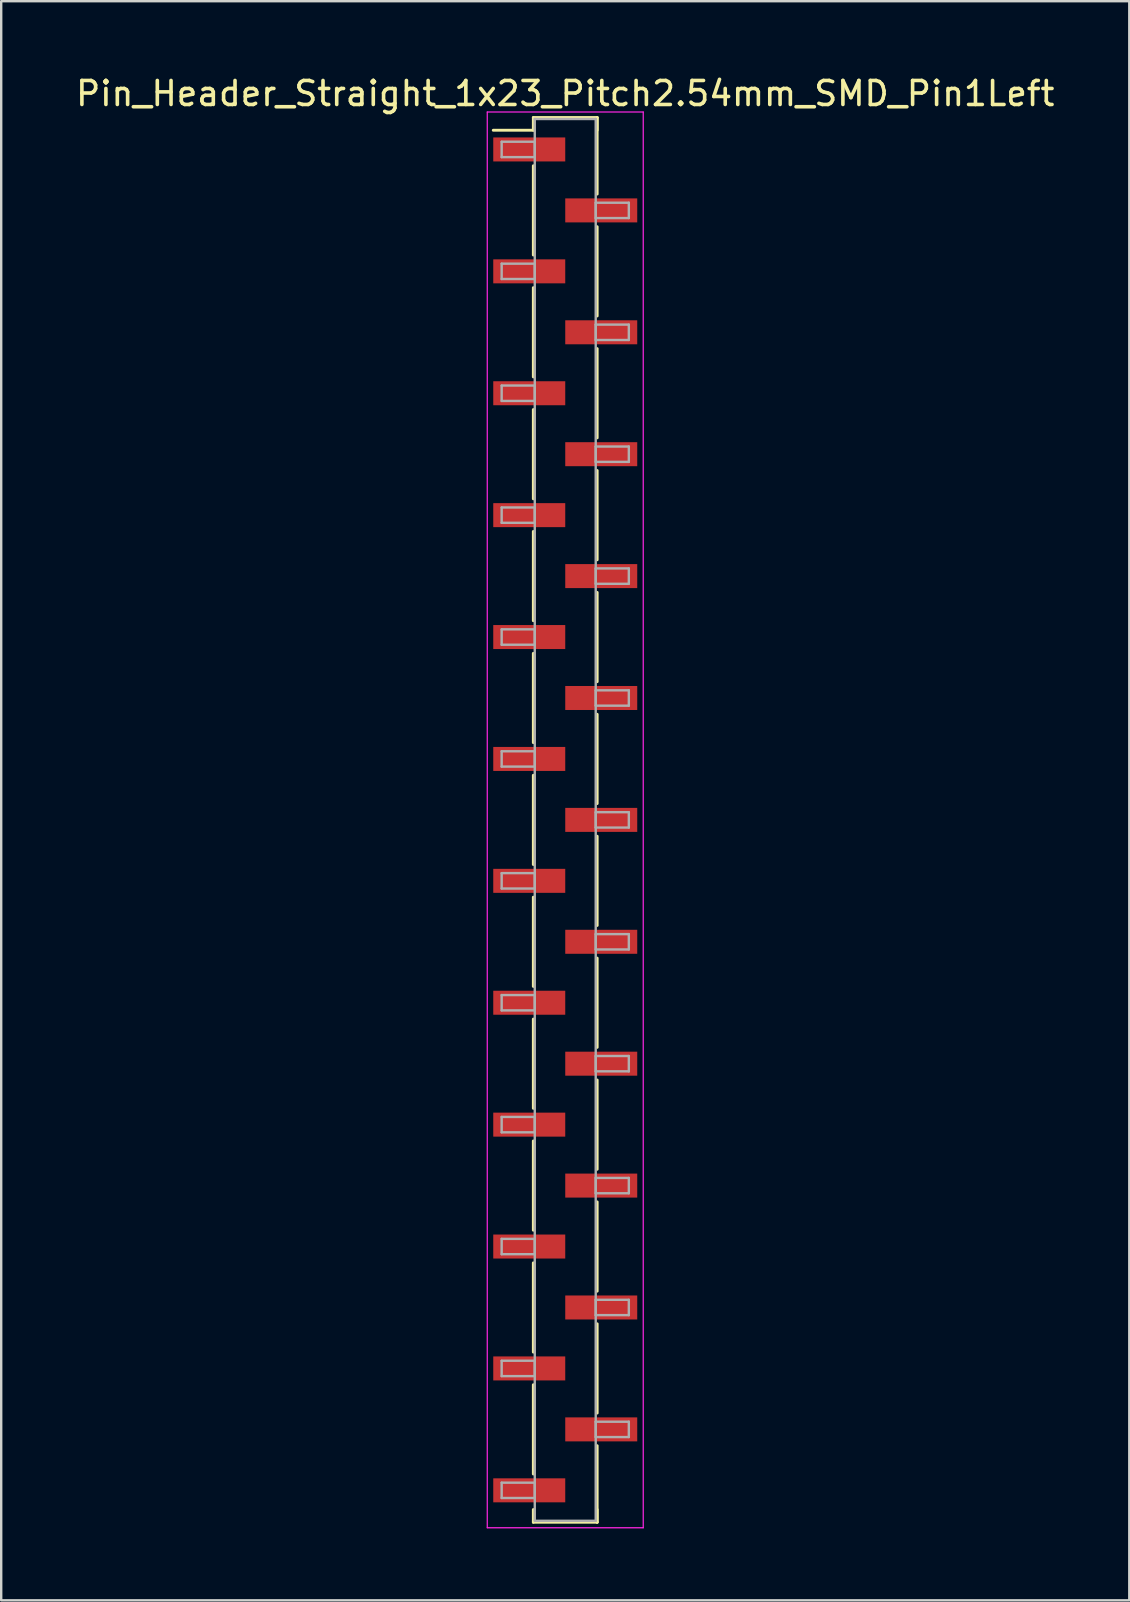
<source format=kicad_pcb>
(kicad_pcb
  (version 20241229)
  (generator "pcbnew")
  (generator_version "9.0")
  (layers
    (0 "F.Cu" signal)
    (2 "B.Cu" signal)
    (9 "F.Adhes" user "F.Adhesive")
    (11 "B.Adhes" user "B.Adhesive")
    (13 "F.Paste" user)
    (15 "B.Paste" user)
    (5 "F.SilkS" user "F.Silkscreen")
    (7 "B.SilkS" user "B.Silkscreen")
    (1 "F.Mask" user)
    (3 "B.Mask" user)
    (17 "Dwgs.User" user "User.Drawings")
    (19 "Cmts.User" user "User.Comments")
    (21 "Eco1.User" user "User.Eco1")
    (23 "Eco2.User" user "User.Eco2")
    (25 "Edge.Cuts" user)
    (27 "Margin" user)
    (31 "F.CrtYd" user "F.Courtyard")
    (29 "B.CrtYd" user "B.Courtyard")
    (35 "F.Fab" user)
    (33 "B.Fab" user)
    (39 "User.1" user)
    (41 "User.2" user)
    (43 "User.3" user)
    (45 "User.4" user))
  (footprint "Pin_Header_Straight_1x23_Pitch2.54mm_SMD_Pin1Left"
    (layer "F.Cu")
    (at 20.506 31.118)
    (property "Reference" "Pin_Header_Straight_1x23_Pitch2.54mm_SMD_Pin1Left" (at 0 -30.27 0) (layer "F.SilkS") (effects (font (size 1 1) (thickness 0.15))))
    (attr smd)
    (fp_line (start -1.33 -29.27) (end 1.33 -29.27) (stroke (width 0.12) (type solid)) (layer "F.SilkS"))
    (fp_line (start -1.33 -28.74) (end -3 -28.74) (stroke (width 0.12) (type solid)) (layer "F.SilkS"))
    (fp_line (start -1.33 -28.74) (end -1.33 -29.27) (stroke (width 0.12) (type solid)) (layer "F.SilkS"))
    (fp_line (start -1.33 -27.26) (end -1.33 -23.54) (stroke (width 0.12) (type solid)) (layer "F.SilkS"))
    (fp_line (start -1.33 -22.18) (end -1.33 -18.46) (stroke (width 0.12) (type solid)) (layer "F.SilkS"))
    (fp_line (start -1.33 -17.1) (end -1.33 -13.38) (stroke (width 0.12) (type solid)) (layer "F.SilkS"))
    (fp_line (start -1.33 -12.02) (end -1.33 -8.3) (stroke (width 0.12) (type solid)) (layer "F.SilkS"))
    (fp_line (start -1.33 -6.94) (end -1.33 -3.22) (stroke (width 0.12) (type solid)) (layer "F.SilkS"))
    (fp_line (start -1.33 -1.86) (end -1.33 1.86) (stroke (width 0.12) (type solid)) (layer "F.SilkS"))
    (fp_line (start -1.33 3.22) (end -1.33 6.94) (stroke (width 0.12) (type solid)) (layer "F.SilkS"))
    (fp_line (start -1.33 8.3) (end -1.33 12.02) (stroke (width 0.12) (type solid)) (layer "F.SilkS"))
    (fp_line (start -1.33 13.38) (end -1.33 17.1) (stroke (width 0.12) (type solid)) (layer "F.SilkS"))
    (fp_line (start -1.33 18.46) (end -1.33 22.18) (stroke (width 0.12) (type solid)) (layer "F.SilkS"))
    (fp_line (start -1.33 23.54) (end -1.33 27.26) (stroke (width 0.12) (type solid)) (layer "F.SilkS"))
    (fp_line (start -1.33 28.74) (end -1.33 29.27) (stroke (width 0.12) (type solid)) (layer "F.SilkS"))
    (fp_line (start -1.33 29.27) (end 1.33 29.27) (stroke (width 0.12) (type solid)) (layer "F.SilkS"))
    (fp_line (start 1.33 -29.27) (end 1.33 -28.74) (stroke (width 0.12) (type solid)) (layer "F.SilkS"))
    (fp_line (start 1.33 -29.27) (end 1.33 -26.08) (stroke (width 0.12) (type solid)) (layer "F.SilkS"))
    (fp_line (start 1.33 -24.72) (end 1.33 -21) (stroke (width 0.12) (type solid)) (layer "F.SilkS"))
    (fp_line (start 1.33 -19.64) (end 1.33 -15.92) (stroke (width 0.12) (type solid)) (layer "F.SilkS"))
    (fp_line (start 1.33 -14.56) (end 1.33 -10.84) (stroke (width 0.12) (type solid)) (layer "F.SilkS"))
    (fp_line (start 1.33 -9.48) (end 1.33 -5.76) (stroke (width 0.12) (type solid)) (layer "F.SilkS"))
    (fp_line (start 1.33 -4.4) (end 1.33 -0.68) (stroke (width 0.12) (type solid)) (layer "F.SilkS"))
    (fp_line (start 1.33 0.68) (end 1.33 4.4) (stroke (width 0.12) (type solid)) (layer "F.SilkS"))
    (fp_line (start 1.33 5.76) (end 1.33 9.48) (stroke (width 0.12) (type solid)) (layer "F.SilkS"))
    (fp_line (start 1.33 10.84) (end 1.33 14.56) (stroke (width 0.12) (type solid)) (layer "F.SilkS"))
    (fp_line (start 1.33 15.92) (end 1.33 19.64) (stroke (width 0.12) (type solid)) (layer "F.SilkS"))
    (fp_line (start 1.33 21) (end 1.33 24.72) (stroke (width 0.12) (type solid)) (layer "F.SilkS"))
    (fp_line (start 1.33 26.08) (end 1.33 29.27) (stroke (width 0.12) (type solid)) (layer "F.SilkS"))
    (fp_line (start 1.33 29.27) (end 1.33 28.74) (stroke (width 0.12) (type solid)) (layer "F.SilkS"))
    (fp_line (start -3.25 -29.5) (end -3.25 29.5) (stroke (width 0.05) (type solid)) (layer "F.CrtYd"))
    (fp_line (start -3.25 29.5) (end 3.25 29.5) (stroke (width 0.05) (type solid)) (layer "F.CrtYd"))
    (fp_line (start 3.25 -29.5) (end -3.25 -29.5) (stroke (width 0.05) (type solid)) (layer "F.CrtYd"))
    (fp_line (start 3.25 29.5) (end 3.25 -29.5) (stroke (width 0.05) (type solid)) (layer "F.CrtYd"))
    (fp_line (start -2.65 -28.26) (end -1.27 -28.26) (stroke (width 0.1) (type solid)) (layer "F.Fab"))
    (fp_line (start -2.65 -27.62) (end -2.65 -28.26) (stroke (width 0.1) (type solid)) (layer "F.Fab"))
    (fp_line (start -2.65 -23.18) (end -1.27 -23.18) (stroke (width 0.1) (type solid)) (layer "F.Fab"))
    (fp_line (start -2.65 -22.54) (end -2.65 -23.18) (stroke (width 0.1) (type solid)) (layer "F.Fab"))
    (fp_line (start -2.65 -18.1) (end -1.27 -18.1) (stroke (width 0.1) (type solid)) (layer "F.Fab"))
    (fp_line (start -2.65 -17.46) (end -2.65 -18.1) (stroke (width 0.1) (type solid)) (layer "F.Fab"))
    (fp_line (start -2.65 -13.02) (end -1.27 -13.02) (stroke (width 0.1) (type solid)) (layer "F.Fab"))
    (fp_line (start -2.65 -12.38) (end -2.65 -13.02) (stroke (width 0.1) (type solid)) (layer "F.Fab"))
    (fp_line (start -2.65 -7.94) (end -1.27 -7.94) (stroke (width 0.1) (type solid)) (layer "F.Fab"))
    (fp_line (start -2.65 -7.3) (end -2.65 -7.94) (stroke (width 0.1) (type solid)) (layer "F.Fab"))
    (fp_line (start -2.65 -2.86) (end -1.27 -2.86) (stroke (width 0.1) (type solid)) (layer "F.Fab"))
    (fp_line (start -2.65 -2.22) (end -2.65 -2.86) (stroke (width 0.1) (type solid)) (layer "F.Fab"))
    (fp_line (start -2.65 2.22) (end -1.27 2.22) (stroke (width 0.1) (type solid)) (layer "F.Fab"))
    (fp_line (start -2.65 2.86) (end -2.65 2.22) (stroke (width 0.1) (type solid)) (layer "F.Fab"))
    (fp_line (start -2.65 7.3) (end -1.27 7.3) (stroke (width 0.1) (type solid)) (layer "F.Fab"))
    (fp_line (start -2.65 7.94) (end -2.65 7.3) (stroke (width 0.1) (type solid)) (layer "F.Fab"))
    (fp_line (start -2.65 12.38) (end -1.27 12.38) (stroke (width 0.1) (type solid)) (layer "F.Fab"))
    (fp_line (start -2.65 13.02) (end -2.65 12.38) (stroke (width 0.1) (type solid)) (layer "F.Fab"))
    (fp_line (start -2.65 17.46) (end -1.27 17.46) (stroke (width 0.1) (type solid)) (layer "F.Fab"))
    (fp_line (start -2.65 18.1) (end -2.65 17.46) (stroke (width 0.1) (type solid)) (layer "F.Fab"))
    (fp_line (start -2.65 22.54) (end -1.27 22.54) (stroke (width 0.1) (type solid)) (layer "F.Fab"))
    (fp_line (start -2.65 23.18) (end -2.65 22.54) (stroke (width 0.1) (type solid)) (layer "F.Fab"))
    (fp_line (start -2.65 27.62) (end -1.27 27.62) (stroke (width 0.1) (type solid)) (layer "F.Fab"))
    (fp_line (start -2.65 28.26) (end -2.65 27.62) (stroke (width 0.1) (type solid)) (layer "F.Fab"))
    (fp_line (start -1.27 -29.21) (end -1.27 29.21) (stroke (width 0.1) (type solid)) (layer "F.Fab"))
    (fp_line (start -1.27 -28.26) (end -1.27 -27.62) (stroke (width 0.1) (type solid)) (layer "F.Fab"))
    (fp_line (start -1.27 -27.62) (end -2.65 -27.62) (stroke (width 0.1) (type solid)) (layer "F.Fab"))
    (fp_line (start -1.27 -23.18) (end -1.27 -22.54) (stroke (width 0.1) (type solid)) (layer "F.Fab"))
    (fp_line (start -1.27 -22.54) (end -2.65 -22.54) (stroke (width 0.1) (type solid)) (layer "F.Fab"))
    (fp_line (start -1.27 -18.1) (end -1.27 -17.46) (stroke (width 0.1) (type solid)) (layer "F.Fab"))
    (fp_line (start -1.27 -17.46) (end -2.65 -17.46) (stroke (width 0.1) (type solid)) (layer "F.Fab"))
    (fp_line (start -1.27 -13.02) (end -1.27 -12.38) (stroke (width 0.1) (type solid)) (layer "F.Fab"))
    (fp_line (start -1.27 -12.38) (end -2.65 -12.38) (stroke (width 0.1) (type solid)) (layer "F.Fab"))
    (fp_line (start -1.27 -7.94) (end -1.27 -7.3) (stroke (width 0.1) (type solid)) (layer "F.Fab"))
    (fp_line (start -1.27 -7.3) (end -2.65 -7.3) (stroke (width 0.1) (type solid)) (layer "F.Fab"))
    (fp_line (start -1.27 -2.86) (end -1.27 -2.22) (stroke (width 0.1) (type solid)) (layer "F.Fab"))
    (fp_line (start -1.27 -2.22) (end -2.65 -2.22) (stroke (width 0.1) (type solid)) (layer "F.Fab"))
    (fp_line (start -1.27 2.22) (end -1.27 2.86) (stroke (width 0.1) (type solid)) (layer "F.Fab"))
    (fp_line (start -1.27 2.86) (end -2.65 2.86) (stroke (width 0.1) (type solid)) (layer "F.Fab"))
    (fp_line (start -1.27 7.3) (end -1.27 7.94) (stroke (width 0.1) (type solid)) (layer "F.Fab"))
    (fp_line (start -1.27 7.94) (end -2.65 7.94) (stroke (width 0.1) (type solid)) (layer "F.Fab"))
    (fp_line (start -1.27 12.38) (end -1.27 13.02) (stroke (width 0.1) (type solid)) (layer "F.Fab"))
    (fp_line (start -1.27 13.02) (end -2.65 13.02) (stroke (width 0.1) (type solid)) (layer "F.Fab"))
    (fp_line (start -1.27 17.46) (end -1.27 18.1) (stroke (width 0.1) (type solid)) (layer "F.Fab"))
    (fp_line (start -1.27 18.1) (end -2.65 18.1) (stroke (width 0.1) (type solid)) (layer "F.Fab"))
    (fp_line (start -1.27 22.54) (end -1.27 23.18) (stroke (width 0.1) (type solid)) (layer "F.Fab"))
    (fp_line (start -1.27 23.18) (end -2.65 23.18) (stroke (width 0.1) (type solid)) (layer "F.Fab"))
    (fp_line (start -1.27 27.62) (end -1.27 28.26) (stroke (width 0.1) (type solid)) (layer "F.Fab"))
    (fp_line (start -1.27 28.26) (end -2.65 28.26) (stroke (width 0.1) (type solid)) (layer "F.Fab"))
    (fp_line (start -1.27 29.21) (end 1.27 29.21) (stroke (width 0.1) (type solid)) (layer "F.Fab"))
    (fp_line (start 1.27 -29.21) (end -1.27 -29.21) (stroke (width 0.1) (type solid)) (layer "F.Fab"))
    (fp_line (start 1.27 -25.72) (end 1.27 -25.08) (stroke (width 0.1) (type solid)) (layer "F.Fab"))
    (fp_line (start 1.27 -25.08) (end 2.65 -25.08) (stroke (width 0.1) (type solid)) (layer "F.Fab"))
    (fp_line (start 1.27 -20.64) (end 1.27 -20) (stroke (width 0.1) (type solid)) (layer "F.Fab"))
    (fp_line (start 1.27 -20) (end 2.65 -20) (stroke (width 0.1) (type solid)) (layer "F.Fab"))
    (fp_line (start 1.27 -15.56) (end 1.27 -14.92) (stroke (width 0.1) (type solid)) (layer "F.Fab"))
    (fp_line (start 1.27 -14.92) (end 2.65 -14.92) (stroke (width 0.1) (type solid)) (layer "F.Fab"))
    (fp_line (start 1.27 -10.48) (end 1.27 -9.84) (stroke (width 0.1) (type solid)) (layer "F.Fab"))
    (fp_line (start 1.27 -9.84) (end 2.65 -9.84) (stroke (width 0.1) (type solid)) (layer "F.Fab"))
    (fp_line (start 1.27 -5.4) (end 1.27 -4.76) (stroke (width 0.1) (type solid)) (layer "F.Fab"))
    (fp_line (start 1.27 -4.76) (end 2.65 -4.76) (stroke (width 0.1) (type solid)) (layer "F.Fab"))
    (fp_line (start 1.27 -0.32) (end 1.27 0.32) (stroke (width 0.1) (type solid)) (layer "F.Fab"))
    (fp_line (start 1.27 0.32) (end 2.65 0.32) (stroke (width 0.1) (type solid)) (layer "F.Fab"))
    (fp_line (start 1.27 4.76) (end 1.27 5.4) (stroke (width 0.1) (type solid)) (layer "F.Fab"))
    (fp_line (start 1.27 5.4) (end 2.65 5.4) (stroke (width 0.1) (type solid)) (layer "F.Fab"))
    (fp_line (start 1.27 9.84) (end 1.27 10.48) (stroke (width 0.1) (type solid)) (layer "F.Fab"))
    (fp_line (start 1.27 10.48) (end 2.65 10.48) (stroke (width 0.1) (type solid)) (layer "F.Fab"))
    (fp_line (start 1.27 14.92) (end 1.27 15.56) (stroke (width 0.1) (type solid)) (layer "F.Fab"))
    (fp_line (start 1.27 15.56) (end 2.65 15.56) (stroke (width 0.1) (type solid)) (layer "F.Fab"))
    (fp_line (start 1.27 20) (end 1.27 20.64) (stroke (width 0.1) (type solid)) (layer "F.Fab"))
    (fp_line (start 1.27 20.64) (end 2.65 20.64) (stroke (width 0.1) (type solid)) (layer "F.Fab"))
    (fp_line (start 1.27 25.08) (end 1.27 25.72) (stroke (width 0.1) (type solid)) (layer "F.Fab"))
    (fp_line (start 1.27 25.72) (end 2.65 25.72) (stroke (width 0.1) (type solid)) (layer "F.Fab"))
    (fp_line (start 1.27 29.21) (end 1.27 -29.21) (stroke (width 0.1) (type solid)) (layer "F.Fab"))
    (fp_line (start 2.65 -25.72) (end 1.27 -25.72) (stroke (width 0.1) (type solid)) (layer "F.Fab"))
    (fp_line (start 2.65 -25.08) (end 2.65 -25.72) (stroke (width 0.1) (type solid)) (layer "F.Fab"))
    (fp_line (start 2.65 -20.64) (end 1.27 -20.64) (stroke (width 0.1) (type solid)) (layer "F.Fab"))
    (fp_line (start 2.65 -20) (end 2.65 -20.64) (stroke (width 0.1) (type solid)) (layer "F.Fab"))
    (fp_line (start 2.65 -15.56) (end 1.27 -15.56) (stroke (width 0.1) (type solid)) (layer "F.Fab"))
    (fp_line (start 2.65 -14.92) (end 2.65 -15.56) (stroke (width 0.1) (type solid)) (layer "F.Fab"))
    (fp_line (start 2.65 -10.48) (end 1.27 -10.48) (stroke (width 0.1) (type solid)) (layer "F.Fab"))
    (fp_line (start 2.65 -9.84) (end 2.65 -10.48) (stroke (width 0.1) (type solid)) (layer "F.Fab"))
    (fp_line (start 2.65 -5.4) (end 1.27 -5.4) (stroke (width 0.1) (type solid)) (layer "F.Fab"))
    (fp_line (start 2.65 -4.76) (end 2.65 -5.4) (stroke (width 0.1) (type solid)) (layer "F.Fab"))
    (fp_line (start 2.65 -0.32) (end 1.27 -0.32) (stroke (width 0.1) (type solid)) (layer "F.Fab"))
    (fp_line (start 2.65 0.32) (end 2.65 -0.32) (stroke (width 0.1) (type solid)) (layer "F.Fab"))
    (fp_line (start 2.65 4.76) (end 1.27 4.76) (stroke (width 0.1) (type solid)) (layer "F.Fab"))
    (fp_line (start 2.65 5.4) (end 2.65 4.76) (stroke (width 0.1) (type solid)) (layer "F.Fab"))
    (fp_line (start 2.65 9.84) (end 1.27 9.84) (stroke (width 0.1) (type solid)) (layer "F.Fab"))
    (fp_line (start 2.65 10.48) (end 2.65 9.84) (stroke (width 0.1) (type solid)) (layer "F.Fab"))
    (fp_line (start 2.65 14.92) (end 1.27 14.92) (stroke (width 0.1) (type solid)) (layer "F.Fab"))
    (fp_line (start 2.65 15.56) (end 2.65 14.92) (stroke (width 0.1) (type solid)) (layer "F.Fab"))
    (fp_line (start 2.65 20) (end 1.27 20) (stroke (width 0.1) (type solid)) (layer "F.Fab"))
    (fp_line (start 2.65 20.64) (end 2.65 20) (stroke (width 0.1) (type solid)) (layer "F.Fab"))
    (fp_line (start 2.65 25.08) (end 1.27 25.08) (stroke (width 0.1) (type solid)) (layer "F.Fab"))
    (fp_line (start 2.65 25.72) (end 2.65 25.08) (stroke (width 0.1) (type solid)) (layer "F.Fab"))
    (pad "1" smd rect (at -1.5 -27.94) (size 3 1) (layers "F.Cu" "F.Mask"))
    (pad "2" smd rect (at 1.5 -25.4) (size 3 1) (layers "F.Cu" "F.Mask"))
    (pad "3" smd rect (at -1.5 -22.86) (size 3 1) (layers "F.Cu" "F.Mask"))
    (pad "4" smd rect (at 1.5 -20.32) (size 3 1) (layers "F.Cu" "F.Mask"))
    (pad "5" smd rect (at -1.5 -17.78) (size 3 1) (layers "F.Cu" "F.Mask"))
    (pad "6" smd rect (at 1.5 -15.24) (size 3 1) (layers "F.Cu" "F.Mask"))
    (pad "7" smd rect (at -1.5 -12.7) (size 3 1) (layers "F.Cu" "F.Mask"))
    (pad "8" smd rect (at 1.5 -10.16) (size 3 1) (layers "F.Cu" "F.Mask"))
    (pad "9" smd rect (at -1.5 -7.62) (size 3 1) (layers "F.Cu" "F.Mask"))
    (pad "10" smd rect (at 1.5 -5.08) (size 3 1) (layers "F.Cu" "F.Mask"))
    (pad "11" smd rect (at -1.5 -2.54) (size 3 1) (layers "F.Cu" "F.Mask"))
    (pad "12" smd rect (at 1.5 0) (size 3 1) (layers "F.Cu" "F.Mask"))
    (pad "13" smd rect (at -1.5 2.54) (size 3 1) (layers "F.Cu" "F.Mask"))
    (pad "14" smd rect (at 1.5 5.08) (size 3 1) (layers "F.Cu" "F.Mask"))
    (pad "15" smd rect (at -1.5 7.62) (size 3 1) (layers "F.Cu" "F.Mask"))
    (pad "16" smd rect (at 1.5 10.16) (size 3 1) (layers "F.Cu" "F.Mask"))
    (pad "17" smd rect (at -1.5 12.7) (size 3 1) (layers "F.Cu" "F.Mask"))
    (pad "18" smd rect (at 1.5 15.24) (size 3 1) (layers "F.Cu" "F.Mask"))
    (pad "19" smd rect (at -1.5 17.78) (size 3 1) (layers "F.Cu" "F.Mask"))
    (pad "20" smd rect (at 1.5 20.32) (size 3 1) (layers "F.Cu" "F.Mask"))
    (pad "21" smd rect (at -1.5 22.86) (size 3 1) (layers "F.Cu" "F.Mask"))
    (pad "22" smd rect (at 1.5 25.4) (size 3 1) (layers "F.Cu" "F.Mask"))
    (pad "23" smd rect (at -1.5 27.94) (size 3 1) (layers "F.Cu" "F.Mask")))
  (gr_rect
    (start -3 -3)
    (end 44.012 63.643)
    (stroke (width 0.1) (type default))
    (fill no)
    (layer "Edge.Cuts")))
</source>
